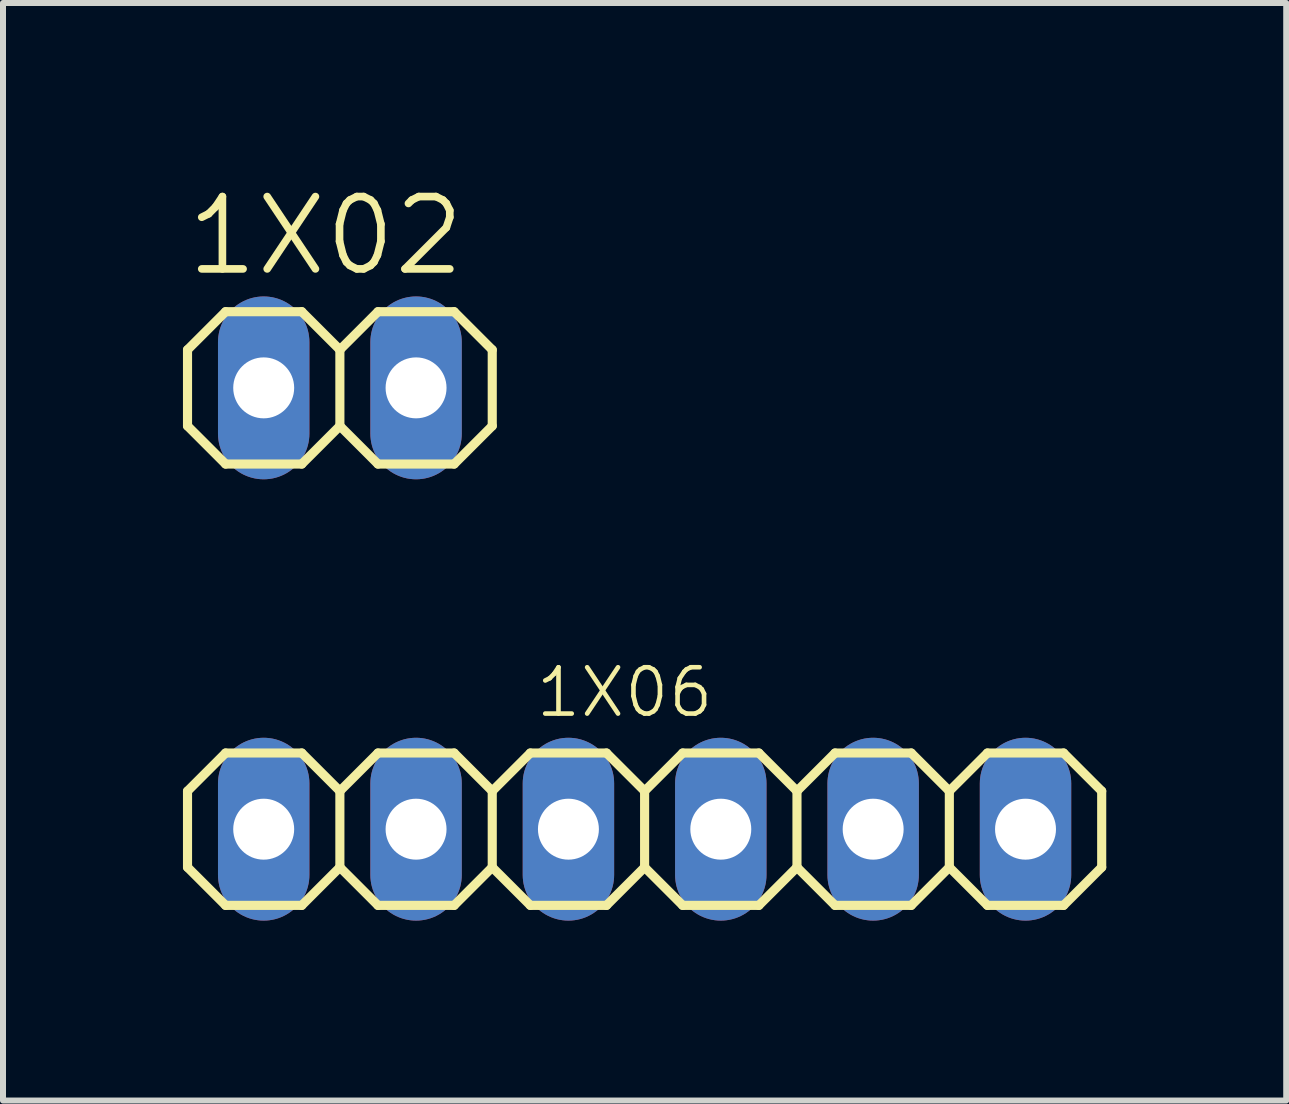
<source format=kicad_pcb>
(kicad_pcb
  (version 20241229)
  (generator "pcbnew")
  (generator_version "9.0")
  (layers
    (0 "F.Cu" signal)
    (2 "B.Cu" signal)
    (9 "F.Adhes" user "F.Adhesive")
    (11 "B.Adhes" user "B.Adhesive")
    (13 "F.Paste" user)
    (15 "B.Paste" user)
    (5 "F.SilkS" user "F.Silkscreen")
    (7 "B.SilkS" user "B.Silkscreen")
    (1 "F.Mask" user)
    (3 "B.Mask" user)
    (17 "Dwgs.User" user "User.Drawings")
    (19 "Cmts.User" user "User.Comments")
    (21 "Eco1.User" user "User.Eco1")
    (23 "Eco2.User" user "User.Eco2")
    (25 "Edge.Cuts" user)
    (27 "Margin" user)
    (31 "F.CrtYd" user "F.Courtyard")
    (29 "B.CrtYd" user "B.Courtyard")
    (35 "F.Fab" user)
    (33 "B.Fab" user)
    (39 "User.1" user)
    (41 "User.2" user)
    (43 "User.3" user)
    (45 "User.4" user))
  (footprint "1X06"
    (layer "F.Cu")
    (at 7.696 10.773)
    (property "Reference" "1X06" (at -1.854 -1.829 0) (layer "F.SilkS") (effects (font (size 0.772 0.772) (thickness 0.077)) (justify left bottom)))
    (attr through_hole)
    (fp_line (start -7.62 -0.635) (end -7.62 0.635) (stroke (width 0.152) (type solid)) (layer "F.SilkS"))
    (fp_line (start -7.62 0.635) (end -6.985 1.27) (stroke (width 0.152) (type solid)) (layer "F.SilkS"))
    (fp_line (start -6.985 -1.27) (end -7.62 -0.635) (stroke (width 0.152) (type solid)) (layer "F.SilkS"))
    (fp_line (start -6.985 -1.27) (end -5.715 -1.27) (stroke (width 0.152) (type solid)) (layer "F.SilkS"))
    (fp_line (start -5.715 -1.27) (end -5.08 -0.635) (stroke (width 0.152) (type solid)) (layer "F.SilkS"))
    (fp_line (start -5.715 1.27) (end -6.985 1.27) (stroke (width 0.152) (type solid)) (layer "F.SilkS"))
    (fp_line (start -5.08 -0.635) (end -5.08 0.635) (stroke (width 0.152) (type solid)) (layer "F.SilkS"))
    (fp_line (start -5.08 -0.635) (end -4.445 -1.27) (stroke (width 0.152) (type solid)) (layer "F.SilkS"))
    (fp_line (start -5.08 0.635) (end -5.715 1.27) (stroke (width 0.152) (type solid)) (layer "F.SilkS"))
    (fp_line (start -4.445 -1.27) (end -3.175 -1.27) (stroke (width 0.152) (type solid)) (layer "F.SilkS"))
    (fp_line (start -4.445 1.27) (end -5.08 0.635) (stroke (width 0.152) (type solid)) (layer "F.SilkS"))
    (fp_line (start -3.175 -1.27) (end -2.54 -0.635) (stroke (width 0.152) (type solid)) (layer "F.SilkS"))
    (fp_line (start -3.175 1.27) (end -4.445 1.27) (stroke (width 0.152) (type solid)) (layer "F.SilkS"))
    (fp_line (start -2.54 -0.635) (end -2.54 0.635) (stroke (width 0.152) (type solid)) (layer "F.SilkS"))
    (fp_line (start -2.54 -0.635) (end -1.905 -1.27) (stroke (width 0.152) (type solid)) (layer "F.SilkS"))
    (fp_line (start -2.54 0.635) (end -3.175 1.27) (stroke (width 0.152) (type solid)) (layer "F.SilkS"))
    (fp_line (start -1.905 -1.27) (end -0.635 -1.27) (stroke (width 0.152) (type solid)) (layer "F.SilkS"))
    (fp_line (start -1.905 1.27) (end -2.54 0.635) (stroke (width 0.152) (type solid)) (layer "F.SilkS"))
    (fp_line (start -0.635 -1.27) (end 0 -0.635) (stroke (width 0.152) (type solid)) (layer "F.SilkS"))
    (fp_line (start -0.635 1.27) (end -1.905 1.27) (stroke (width 0.152) (type solid)) (layer "F.SilkS"))
    (fp_line (start 0 -0.635) (end 0 0.635) (stroke (width 0.152) (type solid)) (layer "F.SilkS"))
    (fp_line (start 0 0.635) (end -0.635 1.27) (stroke (width 0.152) (type solid)) (layer "F.SilkS"))
    (fp_line (start 0 0.635) (end 0.635 1.27) (stroke (width 0.152) (type solid)) (layer "F.SilkS"))
    (fp_line (start 0.635 -1.27) (end 0 -0.635) (stroke (width 0.152) (type solid)) (layer "F.SilkS"))
    (fp_line (start 0.635 -1.27) (end 1.905 -1.27) (stroke (width 0.152) (type solid)) (layer "F.SilkS"))
    (fp_line (start 1.905 -1.27) (end 2.54 -0.635) (stroke (width 0.152) (type solid)) (layer "F.SilkS"))
    (fp_line (start 1.905 1.27) (end 0.635 1.27) (stroke (width 0.152) (type solid)) (layer "F.SilkS"))
    (fp_line (start 2.54 -0.635) (end 2.54 0.635) (stroke (width 0.152) (type solid)) (layer "F.SilkS"))
    (fp_line (start 2.54 -0.635) (end 3.175 -1.27) (stroke (width 0.152) (type solid)) (layer "F.SilkS"))
    (fp_line (start 2.54 0.635) (end 1.905 1.27) (stroke (width 0.152) (type solid)) (layer "F.SilkS"))
    (fp_line (start 3.175 -1.27) (end 4.445 -1.27) (stroke (width 0.152) (type solid)) (layer "F.SilkS"))
    (fp_line (start 3.175 1.27) (end 2.54 0.635) (stroke (width 0.152) (type solid)) (layer "F.SilkS"))
    (fp_line (start 4.445 -1.27) (end 5.08 -0.635) (stroke (width 0.152) (type solid)) (layer "F.SilkS"))
    (fp_line (start 4.445 1.27) (end 3.175 1.27) (stroke (width 0.152) (type solid)) (layer "F.SilkS"))
    (fp_line (start 5.08 -0.635) (end 5.08 0.635) (stroke (width 0.152) (type solid)) (layer "F.SilkS"))
    (fp_line (start 5.08 0.635) (end 4.445 1.27) (stroke (width 0.152) (type solid)) (layer "F.SilkS"))
    (fp_line (start 5.08 0.635) (end 5.715 1.27) (stroke (width 0.152) (type solid)) (layer "F.SilkS"))
    (fp_line (start 5.715 -1.27) (end 5.08 -0.635) (stroke (width 0.152) (type solid)) (layer "F.SilkS"))
    (fp_line (start 5.715 -1.27) (end 6.985 -1.27) (stroke (width 0.152) (type solid)) (layer "F.SilkS"))
    (fp_line (start 6.985 -1.27) (end 7.62 -0.635) (stroke (width 0.152) (type solid)) (layer "F.SilkS"))
    (fp_line (start 6.985 1.27) (end 5.715 1.27) (stroke (width 0.152) (type solid)) (layer "F.SilkS"))
    (fp_line (start 7.62 -0.635) (end 7.62 0.635) (stroke (width 0.152) (type solid)) (layer "F.SilkS"))
    (fp_line (start 7.62 0.635) (end 6.985 1.27) (stroke (width 0.152) (type solid)) (layer "F.SilkS"))
    (fp_poly (pts (xy -6.604 0.254) (xy -6.096 0.254) (xy -6.096 -0.254) (xy -6.604 -0.254)) (stroke (width 0.1) (type solid)) (fill no) (layer "F.Fab"))
    (fp_poly (pts (xy -4.064 0.254) (xy -3.556 0.254) (xy -3.556 -0.254) (xy -4.064 -0.254)) (stroke (width 0.1) (type solid)) (fill no) (layer "F.Fab"))
    (fp_poly (pts (xy -1.524 0.254) (xy -1.016 0.254) (xy -1.016 -0.254) (xy -1.524 -0.254)) (stroke (width 0.1) (type solid)) (fill no) (layer "F.Fab"))
    (fp_poly (pts (xy 1.016 0.254) (xy 1.524 0.254) (xy 1.524 -0.254) (xy 1.016 -0.254)) (stroke (width 0.1) (type solid)) (fill no) (layer "F.Fab"))
    (fp_poly (pts (xy 3.556 0.254) (xy 4.064 0.254) (xy 4.064 -0.254) (xy 3.556 -0.254)) (stroke (width 0.1) (type solid)) (fill no) (layer "F.Fab"))
    (fp_poly (pts (xy 6.096 0.254) (xy 6.604 0.254) (xy 6.604 -0.254) (xy 6.096 -0.254)) (stroke (width 0.1) (type solid)) (fill no) (layer "F.Fab"))
    (pad "1" thru_hole oval (at -6.35 0 90) (size 3.048 1.524) (drill 1.016) (layers "*.Cu" "*.Mask"))
    (pad "2" thru_hole oval (at -3.81 0 90) (size 3.048 1.524) (drill 1.016) (layers "*.Cu" "*.Mask"))
    (pad "3" thru_hole oval (at -1.27 0 90) (size 3.048 1.524) (drill 1.016) (layers "*.Cu" "*.Mask"))
    (pad "4" thru_hole oval (at 1.27 0 90) (size 3.048 1.524) (drill 1.016) (layers "*.Cu" "*.Mask"))
    (pad "5" thru_hole oval (at 3.81 0 90) (size 3.048 1.524) (drill 1.016) (layers "*.Cu" "*.Mask"))
    (pad "6" thru_hole oval (at 6.35 0 90) (size 3.048 1.524) (drill 1.016) (layers "*.Cu" "*.Mask")))
  (footprint "1X02"
    (layer "F.Cu")
    (at 2.616 3.416)
    (property "Reference" "1X02" (at -2.616 -1.829 0) (layer "F.SilkS") (effects (font (size 1.206 1.206) (thickness 0.127)) (justify left bottom)))
    (attr through_hole)
    (fp_line (start -2.54 -0.635) (end -2.54 0.635) (stroke (width 0.152) (type solid)) (layer "F.SilkS"))
    (fp_line (start -2.54 0.635) (end -1.905 1.27) (stroke (width 0.152) (type solid)) (layer "F.SilkS"))
    (fp_line (start -1.905 -1.27) (end -2.54 -0.635) (stroke (width 0.152) (type solid)) (layer "F.SilkS"))
    (fp_line (start -1.905 -1.27) (end -0.635 -1.27) (stroke (width 0.152) (type solid)) (layer "F.SilkS"))
    (fp_line (start -0.635 -1.27) (end 0 -0.635) (stroke (width 0.152) (type solid)) (layer "F.SilkS"))
    (fp_line (start -0.635 1.27) (end -1.905 1.27) (stroke (width 0.152) (type solid)) (layer "F.SilkS"))
    (fp_line (start 0 -0.635) (end 0 0.635) (stroke (width 0.152) (type solid)) (layer "F.SilkS"))
    (fp_line (start 0 -0.635) (end 0.635 -1.27) (stroke (width 0.152) (type solid)) (layer "F.SilkS"))
    (fp_line (start 0 0.635) (end -0.635 1.27) (stroke (width 0.152) (type solid)) (layer "F.SilkS"))
    (fp_line (start 0.635 -1.27) (end 1.905 -1.27) (stroke (width 0.152) (type solid)) (layer "F.SilkS"))
    (fp_line (start 0.635 1.27) (end 0 0.635) (stroke (width 0.152) (type solid)) (layer "F.SilkS"))
    (fp_line (start 1.905 -1.27) (end 2.54 -0.635) (stroke (width 0.152) (type solid)) (layer "F.SilkS"))
    (fp_line (start 1.905 1.27) (end 0.635 1.27) (stroke (width 0.152) (type solid)) (layer "F.SilkS"))
    (fp_line (start 2.54 -0.635) (end 2.54 0.635) (stroke (width 0.152) (type solid)) (layer "F.SilkS"))
    (fp_line (start 2.54 0.635) (end 1.905 1.27) (stroke (width 0.152) (type solid)) (layer "F.SilkS"))
    (fp_poly (pts (xy -1.524 0.254) (xy -1.016 0.254) (xy -1.016 -0.254) (xy -1.524 -0.254)) (stroke (width 0.1) (type solid)) (fill no) (layer "F.Fab"))
    (fp_poly (pts (xy 1.016 0.254) (xy 1.524 0.254) (xy 1.524 -0.254) (xy 1.016 -0.254)) (stroke (width 0.1) (type solid)) (fill no) (layer "F.Fab"))
    (pad "1" thru_hole oval (at -1.27 0 90) (size 3.048 1.524) (drill 1.016) (layers "*.Cu" "*.Mask"))
    (pad "2" thru_hole oval (at 1.27 0 90) (size 3.048 1.524) (drill 1.016) (layers "*.Cu" "*.Mask")))
  (gr_rect
    (start -3 -3)
    (end 18.392 15.297)
    (stroke (width 0.1) (type default))
    (fill no)
    (layer "Edge.Cuts")))
</source>
